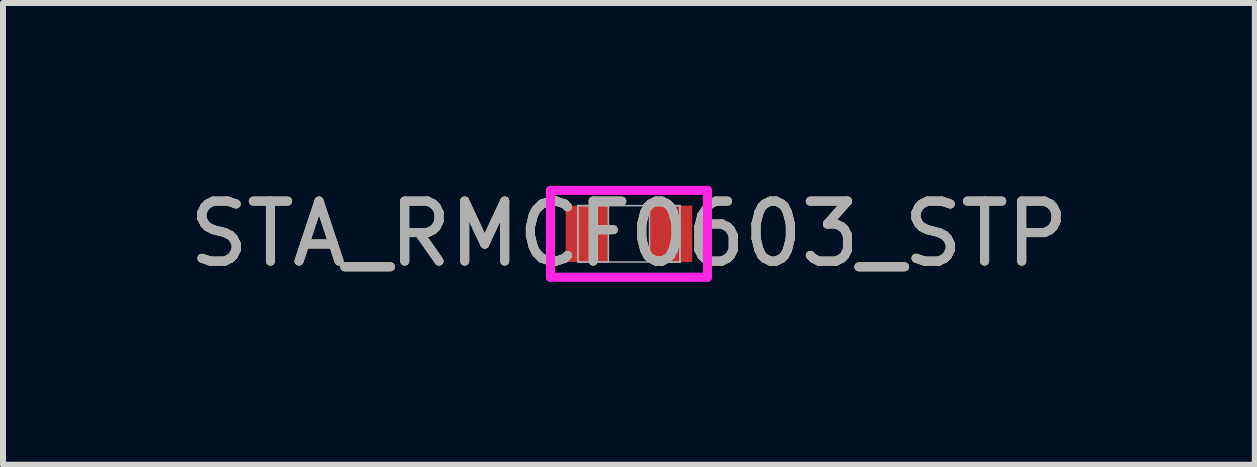
<source format=kicad_pcb>
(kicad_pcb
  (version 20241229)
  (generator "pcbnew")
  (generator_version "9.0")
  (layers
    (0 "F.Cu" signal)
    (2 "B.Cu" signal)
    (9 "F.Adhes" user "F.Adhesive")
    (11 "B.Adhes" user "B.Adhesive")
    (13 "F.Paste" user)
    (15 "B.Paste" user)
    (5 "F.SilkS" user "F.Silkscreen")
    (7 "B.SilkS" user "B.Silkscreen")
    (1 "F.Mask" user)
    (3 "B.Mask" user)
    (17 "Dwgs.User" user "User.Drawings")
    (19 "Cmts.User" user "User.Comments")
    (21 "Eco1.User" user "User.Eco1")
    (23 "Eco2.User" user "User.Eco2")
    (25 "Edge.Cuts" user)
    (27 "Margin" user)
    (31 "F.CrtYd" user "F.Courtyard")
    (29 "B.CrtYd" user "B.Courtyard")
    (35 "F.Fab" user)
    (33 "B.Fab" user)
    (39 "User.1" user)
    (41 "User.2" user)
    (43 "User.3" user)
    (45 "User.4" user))
  (footprint "STA_RMCF0603_STP"
    (layer "F.Cu")
    (at 7.435 0.848)
    (property "Reference" "STA_RMCF0603_STP" (at 0 0 0) (unlocked yes) (layer "F.SilkS") (effects (font (size 1 1) (thickness 0.15))))
    (attr smd)
    (fp_line (start -1.308 -0.724) (end 1.308 -0.724) (stroke (width 0.152) (type solid)) (layer "F.CrtYd"))
    (fp_line (start -1.308 0.724) (end -1.308 -0.724) (stroke (width 0.152) (type solid)) (layer "F.CrtYd"))
    (fp_line (start 1.308 -0.724) (end 1.308 0.724) (stroke (width 0.152) (type solid)) (layer "F.CrtYd"))
    (fp_line (start 1.308 0.724) (end -1.308 0.724) (stroke (width 0.152) (type solid)) (layer "F.CrtYd"))
    (fp_line (start -0.851 -0.47) (end -0.851 0.47) (stroke (width 0.025) (type solid)) (layer "F.Fab"))
    (fp_line (start -0.851 -0.47) (end -0.851 0.47) (stroke (width 0.025) (type solid)) (layer "F.Fab"))
    (fp_line (start -0.851 0.47) (end -0.343 0.47) (stroke (width 0.025) (type solid)) (layer "F.Fab"))
    (fp_line (start -0.851 0.47) (end 0.851 0.47) (stroke (width 0.025) (type solid)) (layer "F.Fab"))
    (fp_line (start -0.343 -0.47) (end -0.851 -0.47) (stroke (width 0.025) (type solid)) (layer "F.Fab"))
    (fp_line (start -0.343 0.47) (end -0.343 -0.47) (stroke (width 0.025) (type solid)) (layer "F.Fab"))
    (fp_line (start 0.343 -0.47) (end 0.343 0.47) (stroke (width 0.025) (type solid)) (layer "F.Fab"))
    (fp_line (start 0.343 0.47) (end 0.851 0.47) (stroke (width 0.025) (type solid)) (layer "F.Fab"))
    (fp_line (start 0.851 -0.47) (end -0.851 -0.47) (stroke (width 0.025) (type solid)) (layer "F.Fab"))
    (fp_line (start 0.851 -0.47) (end 0.343 -0.47) (stroke (width 0.025) (type solid)) (layer "F.Fab"))
    (fp_line (start 0.851 0.47) (end 0.851 -0.47) (stroke (width 0.025) (type solid)) (layer "F.Fab"))
    (fp_line (start 0.851 0.47) (end 0.851 -0.47) (stroke (width 0.025) (type solid)) (layer "F.Fab"))
    (fp_text user "${REFERENCE}" (at 0 0 0) (unlocked yes) (layer "F.Fab") (effects (font (size 1 1) (thickness 0.15))))
    (pad "1" smd rect (at -0.699 0) (size 0.711 0.94) (layers "F.Cu" "F.Mask" "F.Paste"))
    (pad "2" smd rect (at 0.699 0) (size 0.711 0.94) (layers "F.Cu" "F.Mask" "F.Paste"))
    (zone (net_name "") (layer "F.Cu") (hatch full 0.508) (connect_pads) (min_thickness 0.254) (filled_areas_thickness no) (keepout (tracks not_allowed) (vias not_allowed) (pads allowed) (copperpour not_allowed) (footprints allowed)) (placement (enabled no)) (fill) (polygon (pts (xy 7.142 0.429) (xy 7.727 0.429) (xy 7.727 1.267) (xy 7.142 1.267)))))
  (gr_rect
    (start -3 -3)
    (end 17.869 4.697)
    (stroke (width 0.1) (type default))
    (fill no)
    (layer "Edge.Cuts")))
</source>
